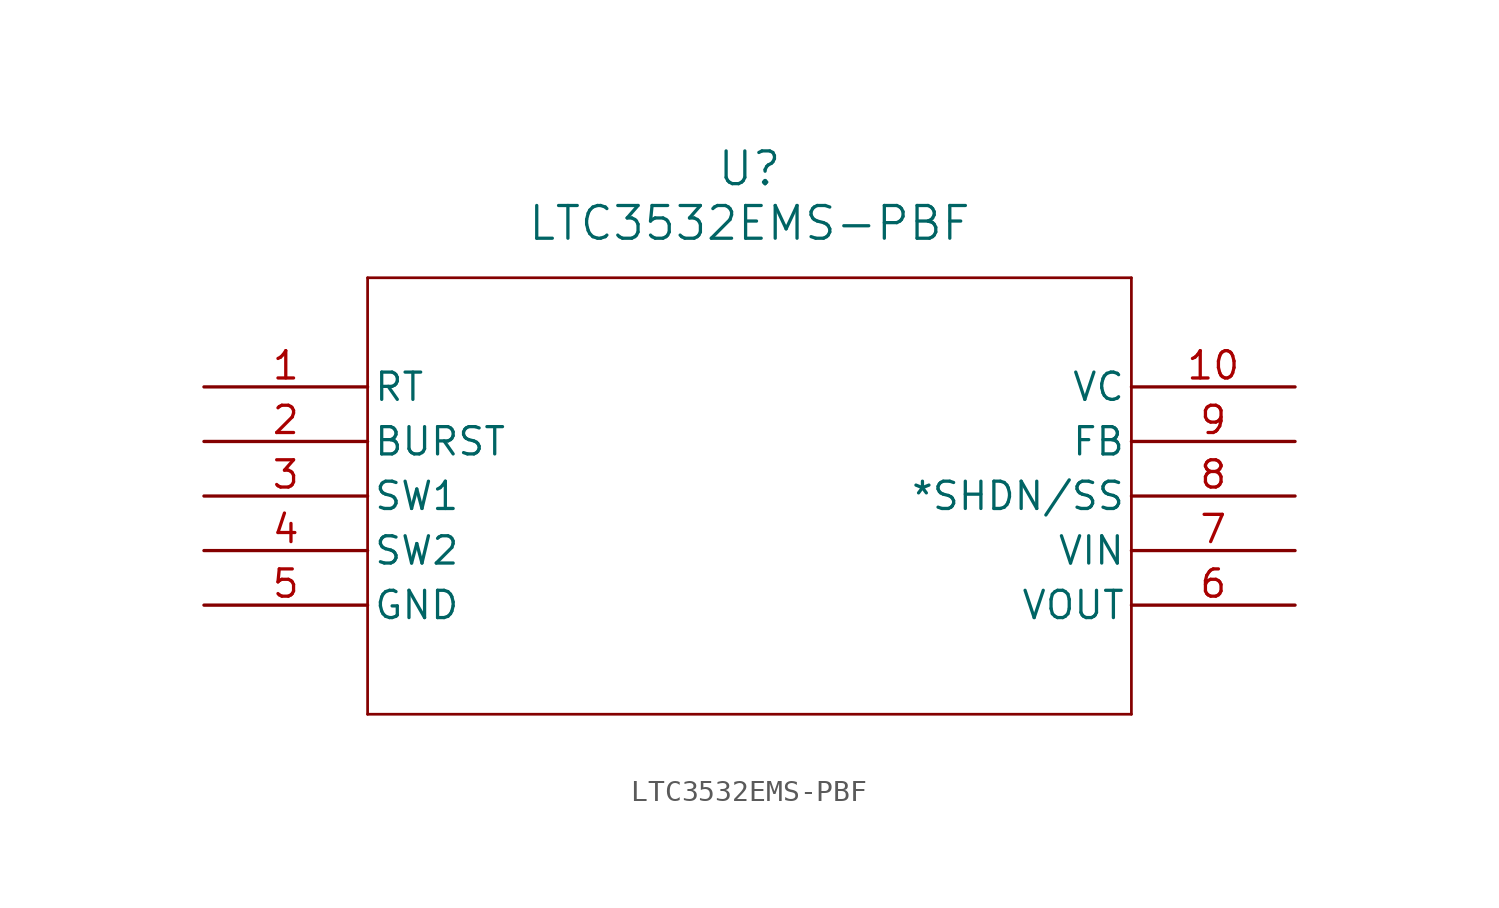
<source format=kicad_sym>
(kicad_symbol_lib
  (version 20211014)
  (generator kicad_symbol_editor)
  (symbol "LTC3532EMS-PBF"
    (pin_names
      (offset 0.254))
    (property "Reference" "U"
      (at 25.4 10.16 0)
      (effects (font (size 1.524 1.524))))
    (property "Value" "LTC3532EMS-PBF"
      (at 25.4 7.62 0)
      (effects (font (size 1.524 1.524))))
    (symbol "LTC3532EMS-PBF_0_1"
      (polyline (pts (xy 7.62 5.08) (xy 7.62 -15.24)) (stroke (width 0.127) (type default) (color 0 0 0 0)) (fill (type none)))
      (polyline (pts (xy 7.62 -15.24) (xy 43.18 -15.24)) (stroke (width 0.127) (type default) (color 0 0 0 0)) (fill (type none)))
      (polyline (pts (xy 43.18 -15.24) (xy 43.18 5.08)) (stroke (width 0.127) (type default) (color 0 0 0 0)) (fill (type none)))
      (polyline (pts (xy 43.18 5.08) (xy 7.62 5.08)) (stroke (width 0.127) (type default) (color 0 0 0 0)) (fill (type none)))
      (pin unspecified line (at 0 0 0) (length 7.62) (name "RT" (effects (font (size 1.27 1.27)))) (number "1" (effects (font (size 1.27 1.27)))))
      (pin unspecified line (at 0 -2.54 0) (length 7.62) (name "BURST" (effects (font (size 1.27 1.27)))) (number "2" (effects (font (size 1.27 1.27)))))
      (pin unspecified line (at 0 -5.08 0) (length 7.62) (name "SW1" (effects (font (size 1.27 1.27)))) (number "3" (effects (font (size 1.27 1.27)))))
      (pin unspecified line (at 0 -7.62 0) (length 7.62) (name "SW2" (effects (font (size 1.27 1.27)))) (number "4" (effects (font (size 1.27 1.27)))))
      (pin power_in line (at 0 -10.16 0) (length 7.62) (name "GND" (effects (font (size 1.27 1.27)))) (number "5" (effects (font (size 1.27 1.27)))))
      (pin output line (at 50.8 -10.16 180) (length 7.62) (name "VOUT" (effects (font (size 1.27 1.27)))) (number "6" (effects (font (size 1.27 1.27)))))
      (pin input line (at 50.8 -7.62 180) (length 7.62) (name "VIN" (effects (font (size 1.27 1.27)))) (number "7" (effects (font (size 1.27 1.27)))))
      (pin unspecified line (at 50.8 -5.08 180) (length 7.62) (name "*SHDN/SS" (effects (font (size 1.27 1.27)))) (number "8" (effects (font (size 1.27 1.27)))))
      (pin output line (at 50.8 -2.54 180) (length 7.62) (name "FB" (effects (font (size 1.27 1.27)))) (number "9" (effects (font (size 1.27 1.27)))))
      (pin output line (at 50.8 0 180) (length 7.62) (name "VC" (effects (font (size 1.27 1.27)))) (number "10" (effects (font (size 1.27 1.27))))))))
</source>
